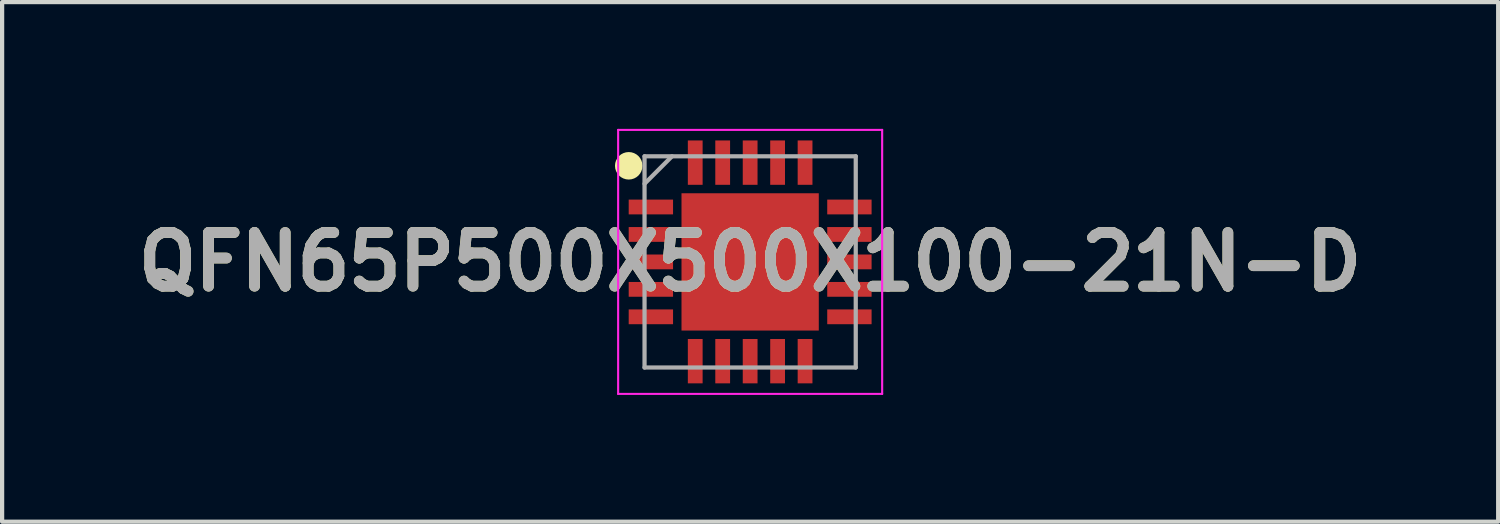
<source format=kicad_pcb>
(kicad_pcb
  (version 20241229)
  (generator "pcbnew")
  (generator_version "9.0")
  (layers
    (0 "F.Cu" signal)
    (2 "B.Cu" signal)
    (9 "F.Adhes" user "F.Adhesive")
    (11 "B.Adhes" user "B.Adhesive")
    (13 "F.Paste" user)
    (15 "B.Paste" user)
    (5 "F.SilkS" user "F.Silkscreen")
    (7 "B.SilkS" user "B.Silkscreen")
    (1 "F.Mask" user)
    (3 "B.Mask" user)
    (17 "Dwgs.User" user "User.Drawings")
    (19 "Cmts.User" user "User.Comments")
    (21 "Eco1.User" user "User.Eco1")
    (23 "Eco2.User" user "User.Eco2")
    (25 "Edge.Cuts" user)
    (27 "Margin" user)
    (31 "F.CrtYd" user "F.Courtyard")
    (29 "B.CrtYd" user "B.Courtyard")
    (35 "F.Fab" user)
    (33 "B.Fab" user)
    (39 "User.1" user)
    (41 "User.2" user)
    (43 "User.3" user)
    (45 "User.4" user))
  (footprint "QFN65P500X500X100-21N-D"
    (layer "F.Cu")
    (at 14.708 3.15)
    (property "Reference" "QFN65P500X500X100-21N-D" (at 0 0 0) (layer "F.SilkS") (effects (font (size 1.27 1.27) (thickness 0.254))))
    (attr smd)
    (fp_circle (center -2.874 -2.275) (end -2.874 -2.112) (stroke (width 0.325) (type solid)) (fill no) (layer "F.SilkS"))
    (fp_line (start -3.125 -3.125) (end 3.125 -3.125) (stroke (width 0.05) (type solid)) (layer "F.CrtYd"))
    (fp_line (start -3.125 3.125) (end -3.125 -3.125) (stroke (width 0.05) (type solid)) (layer "F.CrtYd"))
    (fp_line (start 3.125 -3.125) (end 3.125 3.125) (stroke (width 0.05) (type solid)) (layer "F.CrtYd"))
    (fp_line (start 3.125 3.125) (end -3.125 3.125) (stroke (width 0.05) (type solid)) (layer "F.CrtYd"))
    (fp_line (start -2.5 -2.5) (end 2.5 -2.5) (stroke (width 0.1) (type solid)) (layer "F.Fab"))
    (fp_line (start -2.5 -1.85) (end -1.85 -2.5) (stroke (width 0.1) (type solid)) (layer "F.Fab"))
    (fp_line (start -2.5 2.5) (end -2.5 -2.5) (stroke (width 0.1) (type solid)) (layer "F.Fab"))
    (fp_line (start 2.5 -2.5) (end 2.5 2.5) (stroke (width 0.1) (type solid)) (layer "F.Fab"))
    (fp_line (start 2.5 2.5) (end -2.5 2.5) (stroke (width 0.1) (type solid)) (layer "F.Fab"))
    (fp_text user "${REFERENCE}" (at 0 0 0) (layer "F.Fab") (effects (font (size 1.27 1.27) (thickness 0.254))))
    (pad "1" smd rect (at -2.35 -1.3 90) (size 0.35 1.05) (layers "F.Cu" "F.Mask" "F.Paste"))
    (pad "2" smd rect (at -2.35 -0.65 90) (size 0.35 1.05) (layers "F.Cu" "F.Mask" "F.Paste"))
    (pad "3" smd rect (at -2.35 0 90) (size 0.35 1.05) (layers "F.Cu" "F.Mask" "F.Paste"))
    (pad "4" smd rect (at -2.35 0.65 90) (size 0.35 1.05) (layers "F.Cu" "F.Mask" "F.Paste"))
    (pad "5" smd rect (at -2.35 1.3 90) (size 0.35 1.05) (layers "F.Cu" "F.Mask" "F.Paste"))
    (pad "6" smd rect (at -1.3 2.35) (size 0.35 1.05) (layers "F.Cu" "F.Mask" "F.Paste"))
    (pad "7" smd rect (at -0.65 2.35) (size 0.35 1.05) (layers "F.Cu" "F.Mask" "F.Paste"))
    (pad "8" smd rect (at 0 2.35) (size 0.35 1.05) (layers "F.Cu" "F.Mask" "F.Paste"))
    (pad "9" smd rect (at 0.65 2.35) (size 0.35 1.05) (layers "F.Cu" "F.Mask" "F.Paste"))
    (pad "10" smd rect (at 1.3 2.35) (size 0.35 1.05) (layers "F.Cu" "F.Mask" "F.Paste"))
    (pad "11" smd rect (at 2.35 1.3 90) (size 0.35 1.05) (layers "F.Cu" "F.Mask" "F.Paste"))
    (pad "12" smd rect (at 2.35 0.65 90) (size 0.35 1.05) (layers "F.Cu" "F.Mask" "F.Paste"))
    (pad "13" smd rect (at 2.35 0 90) (size 0.35 1.05) (layers "F.Cu" "F.Mask" "F.Paste"))
    (pad "14" smd rect (at 2.35 -0.65 90) (size 0.35 1.05) (layers "F.Cu" "F.Mask" "F.Paste"))
    (pad "15" smd rect (at 2.35 -1.3 90) (size 0.35 1.05) (layers "F.Cu" "F.Mask" "F.Paste"))
    (pad "16" smd rect (at 1.3 -2.35) (size 0.35 1.05) (layers "F.Cu" "F.Mask" "F.Paste"))
    (pad "17" smd rect (at 0.65 -2.35) (size 0.35 1.05) (layers "F.Cu" "F.Mask" "F.Paste"))
    (pad "18" smd rect (at 0 -2.35) (size 0.35 1.05) (layers "F.Cu" "F.Mask" "F.Paste"))
    (pad "19" smd rect (at -0.65 -2.35) (size 0.35 1.05) (layers "F.Cu" "F.Mask" "F.Paste"))
    (pad "20" smd rect (at -1.3 -2.35) (size 0.35 1.05) (layers "F.Cu" "F.Mask" "F.Paste"))
    (pad "21" smd rect (at 0 0) (size 3.25 3.25) (layers "F.Cu" "F.Mask" "F.Paste")))
  (gr_rect
    (start -3 -3)
    (end 32.416 9.3)
    (stroke (width 0.1) (type default))
    (fill no)
    (layer "Edge.Cuts")))
</source>
